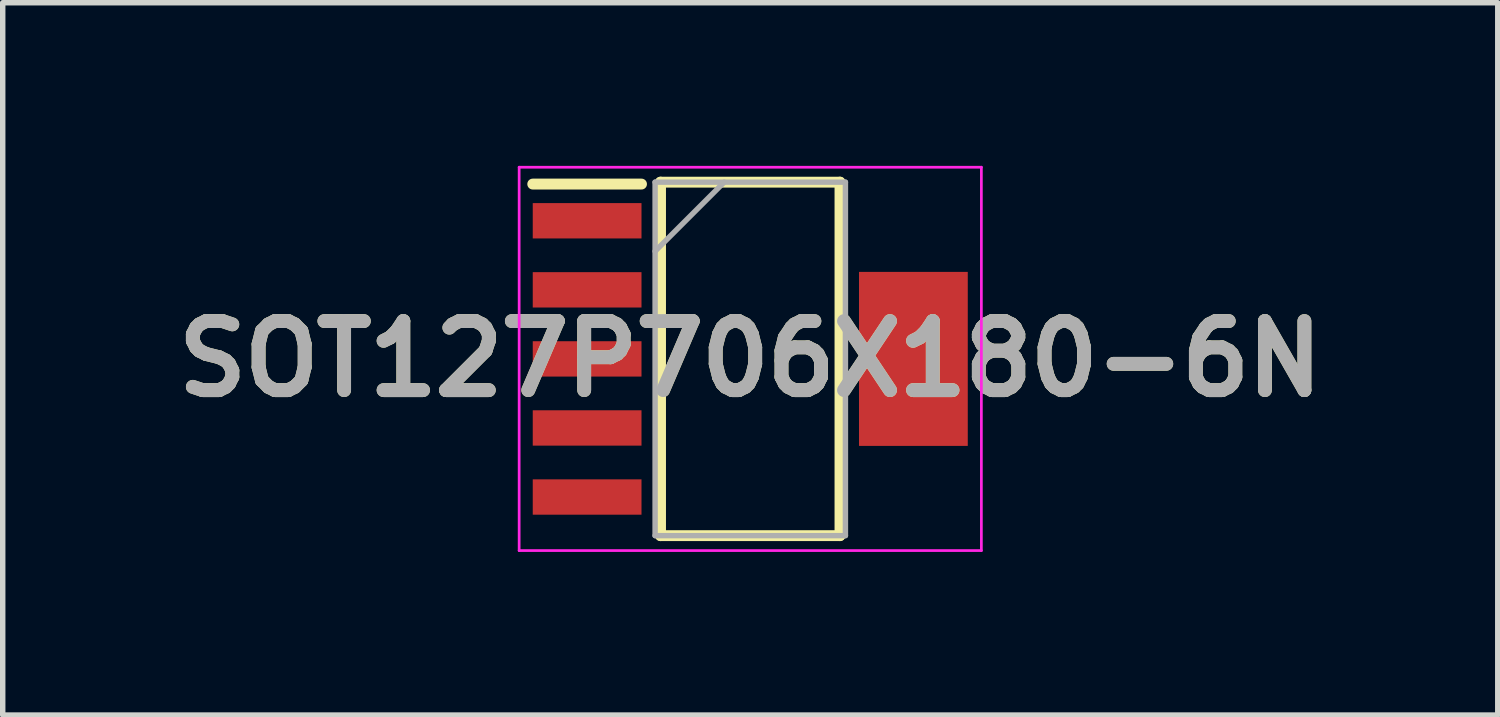
<source format=kicad_pcb>
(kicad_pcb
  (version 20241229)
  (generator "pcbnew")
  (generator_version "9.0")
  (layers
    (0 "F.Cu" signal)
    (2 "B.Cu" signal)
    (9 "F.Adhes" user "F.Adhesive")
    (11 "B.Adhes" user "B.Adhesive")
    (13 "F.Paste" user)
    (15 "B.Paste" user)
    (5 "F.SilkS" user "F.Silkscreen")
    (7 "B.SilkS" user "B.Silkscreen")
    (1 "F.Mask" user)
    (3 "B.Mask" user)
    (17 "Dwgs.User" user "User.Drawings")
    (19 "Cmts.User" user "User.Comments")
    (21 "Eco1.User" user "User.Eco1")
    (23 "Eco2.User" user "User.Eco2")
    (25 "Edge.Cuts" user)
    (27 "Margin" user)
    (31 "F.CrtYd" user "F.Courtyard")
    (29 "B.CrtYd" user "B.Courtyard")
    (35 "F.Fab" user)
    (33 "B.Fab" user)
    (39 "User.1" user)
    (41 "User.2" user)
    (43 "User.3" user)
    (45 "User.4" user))
  (footprint "SOT127P706X180-6N"
    (layer "F.Cu")
    (at 10.747 3.55)
    (property "Reference" "SOT127P706X180-6N" (at 0 0 0) (layer "F.SilkS") (effects (font (size 1.27 1.27) (thickness 0.254))))
    (attr smd)
    (fp_line (start -4 -3.215) (end -2 -3.215) (stroke (width 0.2) (type solid)) (layer "F.SilkS"))
    (fp_line (start -1.65 -3.25) (end 1.65 -3.25) (stroke (width 0.2) (type solid)) (layer "F.SilkS"))
    (fp_line (start -1.65 3.25) (end -1.65 -3.25) (stroke (width 0.2) (type solid)) (layer "F.SilkS"))
    (fp_line (start 1.65 -3.25) (end 1.65 3.25) (stroke (width 0.2) (type solid)) (layer "F.SilkS"))
    (fp_line (start 1.65 3.25) (end -1.65 3.25) (stroke (width 0.2) (type solid)) (layer "F.SilkS"))
    (fp_line (start -4.25 -3.525) (end 4.25 -3.525) (stroke (width 0.05) (type solid)) (layer "F.CrtYd"))
    (fp_line (start -4.25 3.525) (end -4.25 -3.525) (stroke (width 0.05) (type solid)) (layer "F.CrtYd"))
    (fp_line (start 4.25 -3.525) (end 4.25 3.525) (stroke (width 0.05) (type solid)) (layer "F.CrtYd"))
    (fp_line (start 4.25 3.525) (end -4.25 3.525) (stroke (width 0.05) (type solid)) (layer "F.CrtYd"))
    (fp_line (start -1.75 -3.25) (end 1.75 -3.25) (stroke (width 0.1) (type solid)) (layer "F.Fab"))
    (fp_line (start -1.75 -1.98) (end -0.48 -3.25) (stroke (width 0.1) (type solid)) (layer "F.Fab"))
    (fp_line (start -1.75 3.25) (end -1.75 -3.25) (stroke (width 0.1) (type solid)) (layer "F.Fab"))
    (fp_line (start 1.75 -3.25) (end 1.75 3.25) (stroke (width 0.1) (type solid)) (layer "F.Fab"))
    (fp_line (start 1.75 3.25) (end -1.75 3.25) (stroke (width 0.1) (type solid)) (layer "F.Fab"))
    (fp_text user "${REFERENCE}" (at 0 0 0) (layer "F.Fab") (effects (font (size 1.27 1.27) (thickness 0.254))))
    (pad "1" smd rect (at -3 -2.54 90) (size 0.65 2) (layers "F.Cu" "F.Mask" "F.Paste"))
    (pad "2" smd rect (at -3 -1.27 90) (size 0.65 2) (layers "F.Cu" "F.Mask" "F.Paste"))
    (pad "3" smd rect (at -3 0 90) (size 0.65 2) (layers "F.Cu" "F.Mask" "F.Paste"))
    (pad "4" smd rect (at -3 1.27 90) (size 0.65 2) (layers "F.Cu" "F.Mask" "F.Paste"))
    (pad "5" smd rect (at -3 2.54 90) (size 0.65 2) (layers "F.Cu" "F.Mask" "F.Paste"))
    (pad "6" smd rect (at 3 0) (size 2 3.2) (layers "F.Cu" "F.Mask" "F.Paste")))
  (gr_rect
    (start -3 -3)
    (end 24.493 10.1)
    (stroke (width 0.1) (type default))
    (fill no)
    (layer "Edge.Cuts")))
</source>
